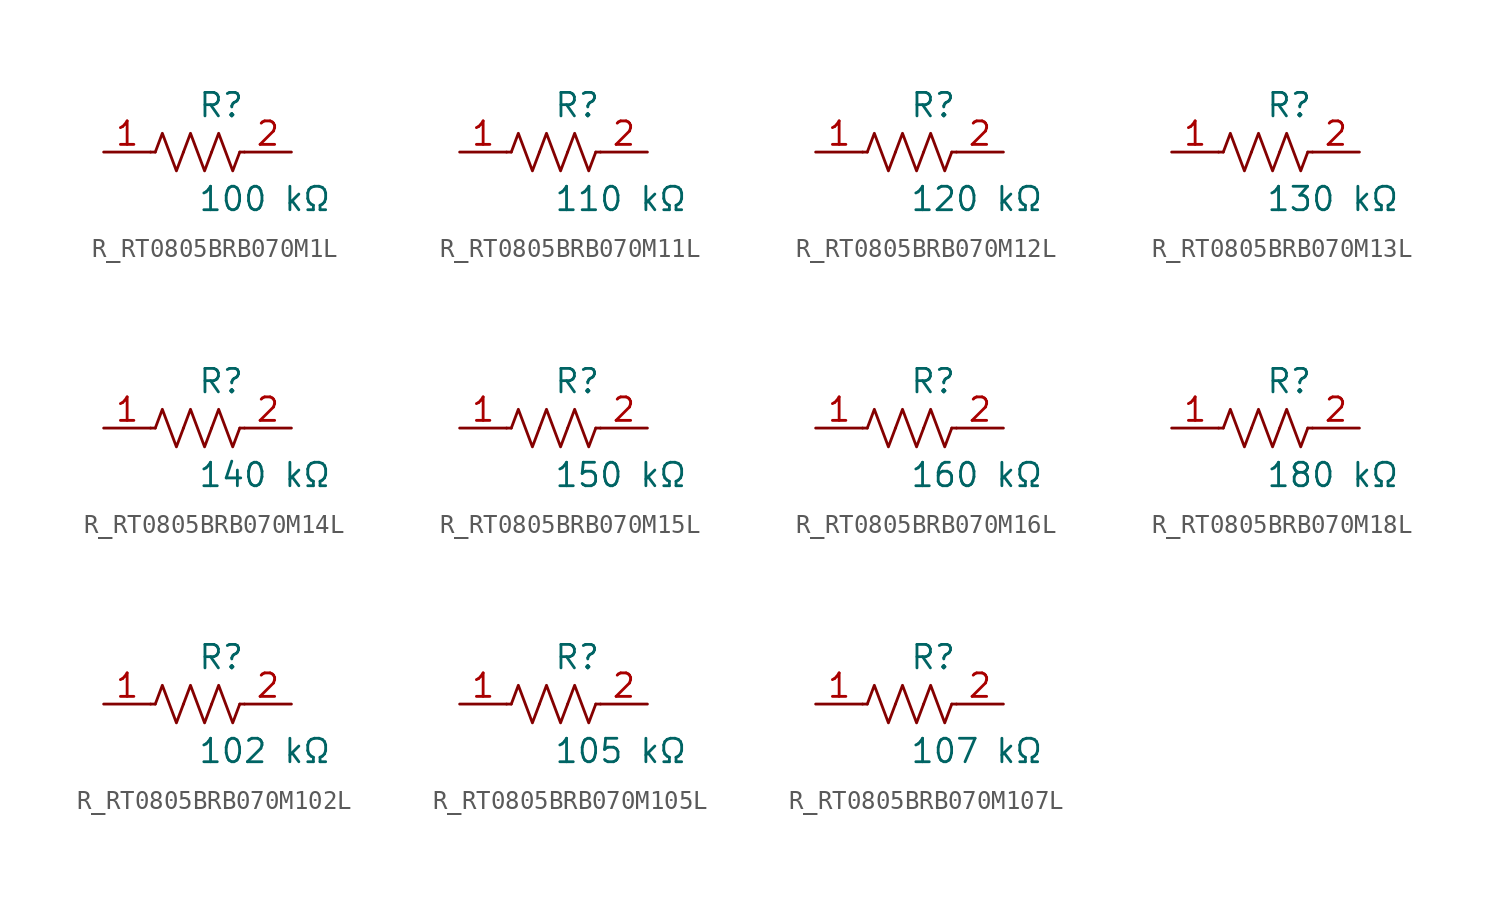
<source format=kicad_sym>
(kicad_symbol_lib
  (version 20231120)
  (generator kicad_symbol_editor)
  (generator_version 8.0)
  (symbol "R_RT0805BRB070M1L"
    (pin_names
      (offset 0.254))
    (property "Reference" "R"
      (at 0.0 2.54 0)
      (effects (font (size 1.27 1.27)) (justify left)))
    (property "Value" "100 kΩ"
      (at 0.0 -2.54 0)
      (effects (font (size 1.27 1.27)) (justify left)))
    (symbol "R_RT0805BRB070M1L_0_1"
      (polyline (pts (xy 2.286 0) (xy 2.54 0)) (stroke (width 0) (type default)) (fill (type none)))
      (polyline (pts (xy -2.286 0) (xy -2.54 0)) (stroke (width 0) (type default)) (fill (type none)))
      (polyline (pts (xy 0.762 0) (xy 1.143 1.016) (xy 1.524 0) (xy 1.905 -1.016) (xy 2.286 0)) (stroke (width 0) (type default)) (fill (type none)))
      (polyline (pts (xy -0.762 0) (xy -0.381 1.016) (xy 0 0) (xy 0.381 -1.016) (xy 0.762 0)) (stroke (width 0) (type default)) (fill (type none)))
      (polyline (pts (xy -2.286 0) (xy -1.905 1.016) (xy -1.524 0) (xy -1.143 -1.016) (xy -0.762 0)) (stroke (width 0) (type default)) (fill (type none))))
    (pin unspecified line
      (at -5.08 0 0)
      (length 2.54)
      (name "" (effects (font (size 1.27 1.27))))
      (number "1" (effects (font (size 1.27 1.27)))))
    (pin unspecified line
      (at 5.08 0 180)
      (length 2.54)
      (name "" (effects (font (size 1.27 1.27))))
      (number "2" (effects (font (size 1.27 1.27))))))
  (symbol "R_RT0805BRB070M11L"
    (pin_names
      (offset 0.254))
    (property "Reference" "R"
      (at 0.0 2.54 0)
      (effects (font (size 1.27 1.27)) (justify left)))
    (property "Value" "110 kΩ"
      (at 0.0 -2.54 0)
      (effects (font (size 1.27 1.27)) (justify left)))
    (symbol "R_RT0805BRB070M11L_0_1"
      (polyline (pts (xy 2.286 0) (xy 2.54 0)) (stroke (width 0) (type default)) (fill (type none)))
      (polyline (pts (xy -2.286 0) (xy -2.54 0)) (stroke (width 0) (type default)) (fill (type none)))
      (polyline (pts (xy 0.762 0) (xy 1.143 1.016) (xy 1.524 0) (xy 1.905 -1.016) (xy 2.286 0)) (stroke (width 0) (type default)) (fill (type none)))
      (polyline (pts (xy -0.762 0) (xy -0.381 1.016) (xy 0 0) (xy 0.381 -1.016) (xy 0.762 0)) (stroke (width 0) (type default)) (fill (type none)))
      (polyline (pts (xy -2.286 0) (xy -1.905 1.016) (xy -1.524 0) (xy -1.143 -1.016) (xy -0.762 0)) (stroke (width 0) (type default)) (fill (type none))))
    (pin unspecified line
      (at -5.08 0 0)
      (length 2.54)
      (name "" (effects (font (size 1.27 1.27))))
      (number "1" (effects (font (size 1.27 1.27)))))
    (pin unspecified line
      (at 5.08 0 180)
      (length 2.54)
      (name "" (effects (font (size 1.27 1.27))))
      (number "2" (effects (font (size 1.27 1.27))))))
  (symbol "R_RT0805BRB070M12L"
    (pin_names
      (offset 0.254))
    (property "Reference" "R"
      (at 0.0 2.54 0)
      (effects (font (size 1.27 1.27)) (justify left)))
    (property "Value" "120 kΩ"
      (at 0.0 -2.54 0)
      (effects (font (size 1.27 1.27)) (justify left)))
    (symbol "R_RT0805BRB070M12L_0_1"
      (polyline (pts (xy 2.286 0) (xy 2.54 0)) (stroke (width 0) (type default)) (fill (type none)))
      (polyline (pts (xy -2.286 0) (xy -2.54 0)) (stroke (width 0) (type default)) (fill (type none)))
      (polyline (pts (xy 0.762 0) (xy 1.143 1.016) (xy 1.524 0) (xy 1.905 -1.016) (xy 2.286 0)) (stroke (width 0) (type default)) (fill (type none)))
      (polyline (pts (xy -0.762 0) (xy -0.381 1.016) (xy 0 0) (xy 0.381 -1.016) (xy 0.762 0)) (stroke (width 0) (type default)) (fill (type none)))
      (polyline (pts (xy -2.286 0) (xy -1.905 1.016) (xy -1.524 0) (xy -1.143 -1.016) (xy -0.762 0)) (stroke (width 0) (type default)) (fill (type none))))
    (pin unspecified line
      (at -5.08 0 0)
      (length 2.54)
      (name "" (effects (font (size 1.27 1.27))))
      (number "1" (effects (font (size 1.27 1.27)))))
    (pin unspecified line
      (at 5.08 0 180)
      (length 2.54)
      (name "" (effects (font (size 1.27 1.27))))
      (number "2" (effects (font (size 1.27 1.27))))))
  (symbol "R_RT0805BRB070M13L"
    (pin_names
      (offset 0.254))
    (property "Reference" "R"
      (at 0.0 2.54 0)
      (effects (font (size 1.27 1.27)) (justify left)))
    (property "Value" "130 kΩ"
      (at 0.0 -2.54 0)
      (effects (font (size 1.27 1.27)) (justify left)))
    (symbol "R_RT0805BRB070M13L_0_1"
      (polyline (pts (xy 2.286 0) (xy 2.54 0)) (stroke (width 0) (type default)) (fill (type none)))
      (polyline (pts (xy -2.286 0) (xy -2.54 0)) (stroke (width 0) (type default)) (fill (type none)))
      (polyline (pts (xy 0.762 0) (xy 1.143 1.016) (xy 1.524 0) (xy 1.905 -1.016) (xy 2.286 0)) (stroke (width 0) (type default)) (fill (type none)))
      (polyline (pts (xy -0.762 0) (xy -0.381 1.016) (xy 0 0) (xy 0.381 -1.016) (xy 0.762 0)) (stroke (width 0) (type default)) (fill (type none)))
      (polyline (pts (xy -2.286 0) (xy -1.905 1.016) (xy -1.524 0) (xy -1.143 -1.016) (xy -0.762 0)) (stroke (width 0) (type default)) (fill (type none))))
    (pin unspecified line
      (at -5.08 0 0)
      (length 2.54)
      (name "" (effects (font (size 1.27 1.27))))
      (number "1" (effects (font (size 1.27 1.27)))))
    (pin unspecified line
      (at 5.08 0 180)
      (length 2.54)
      (name "" (effects (font (size 1.27 1.27))))
      (number "2" (effects (font (size 1.27 1.27))))))
  (symbol "R_RT0805BRB070M14L"
    (pin_names
      (offset 0.254))
    (property "Reference" "R"
      (at 0.0 2.54 0)
      (effects (font (size 1.27 1.27)) (justify left)))
    (property "Value" "140 kΩ"
      (at 0.0 -2.54 0)
      (effects (font (size 1.27 1.27)) (justify left)))
    (symbol "R_RT0805BRB070M14L_0_1"
      (polyline (pts (xy 2.286 0) (xy 2.54 0)) (stroke (width 0) (type default)) (fill (type none)))
      (polyline (pts (xy -2.286 0) (xy -2.54 0)) (stroke (width 0) (type default)) (fill (type none)))
      (polyline (pts (xy 0.762 0) (xy 1.143 1.016) (xy 1.524 0) (xy 1.905 -1.016) (xy 2.286 0)) (stroke (width 0) (type default)) (fill (type none)))
      (polyline (pts (xy -0.762 0) (xy -0.381 1.016) (xy 0 0) (xy 0.381 -1.016) (xy 0.762 0)) (stroke (width 0) (type default)) (fill (type none)))
      (polyline (pts (xy -2.286 0) (xy -1.905 1.016) (xy -1.524 0) (xy -1.143 -1.016) (xy -0.762 0)) (stroke (width 0) (type default)) (fill (type none))))
    (pin unspecified line
      (at -5.08 0 0)
      (length 2.54)
      (name "" (effects (font (size 1.27 1.27))))
      (number "1" (effects (font (size 1.27 1.27)))))
    (pin unspecified line
      (at 5.08 0 180)
      (length 2.54)
      (name "" (effects (font (size 1.27 1.27))))
      (number "2" (effects (font (size 1.27 1.27))))))
  (symbol "R_RT0805BRB070M15L"
    (pin_names
      (offset 0.254))
    (property "Reference" "R"
      (at 0.0 2.54 0)
      (effects (font (size 1.27 1.27)) (justify left)))
    (property "Value" "150 kΩ"
      (at 0.0 -2.54 0)
      (effects (font (size 1.27 1.27)) (justify left)))
    (symbol "R_RT0805BRB070M15L_0_1"
      (polyline (pts (xy 2.286 0) (xy 2.54 0)) (stroke (width 0) (type default)) (fill (type none)))
      (polyline (pts (xy -2.286 0) (xy -2.54 0)) (stroke (width 0) (type default)) (fill (type none)))
      (polyline (pts (xy 0.762 0) (xy 1.143 1.016) (xy 1.524 0) (xy 1.905 -1.016) (xy 2.286 0)) (stroke (width 0) (type default)) (fill (type none)))
      (polyline (pts (xy -0.762 0) (xy -0.381 1.016) (xy 0 0) (xy 0.381 -1.016) (xy 0.762 0)) (stroke (width 0) (type default)) (fill (type none)))
      (polyline (pts (xy -2.286 0) (xy -1.905 1.016) (xy -1.524 0) (xy -1.143 -1.016) (xy -0.762 0)) (stroke (width 0) (type default)) (fill (type none))))
    (pin unspecified line
      (at -5.08 0 0)
      (length 2.54)
      (name "" (effects (font (size 1.27 1.27))))
      (number "1" (effects (font (size 1.27 1.27)))))
    (pin unspecified line
      (at 5.08 0 180)
      (length 2.54)
      (name "" (effects (font (size 1.27 1.27))))
      (number "2" (effects (font (size 1.27 1.27))))))
  (symbol "R_RT0805BRB070M16L"
    (pin_names
      (offset 0.254))
    (property "Reference" "R"
      (at 0.0 2.54 0)
      (effects (font (size 1.27 1.27)) (justify left)))
    (property "Value" "160 kΩ"
      (at 0.0 -2.54 0)
      (effects (font (size 1.27 1.27)) (justify left)))
    (symbol "R_RT0805BRB070M16L_0_1"
      (polyline (pts (xy 2.286 0) (xy 2.54 0)) (stroke (width 0) (type default)) (fill (type none)))
      (polyline (pts (xy -2.286 0) (xy -2.54 0)) (stroke (width 0) (type default)) (fill (type none)))
      (polyline (pts (xy 0.762 0) (xy 1.143 1.016) (xy 1.524 0) (xy 1.905 -1.016) (xy 2.286 0)) (stroke (width 0) (type default)) (fill (type none)))
      (polyline (pts (xy -0.762 0) (xy -0.381 1.016) (xy 0 0) (xy 0.381 -1.016) (xy 0.762 0)) (stroke (width 0) (type default)) (fill (type none)))
      (polyline (pts (xy -2.286 0) (xy -1.905 1.016) (xy -1.524 0) (xy -1.143 -1.016) (xy -0.762 0)) (stroke (width 0) (type default)) (fill (type none))))
    (pin unspecified line
      (at -5.08 0 0)
      (length 2.54)
      (name "" (effects (font (size 1.27 1.27))))
      (number "1" (effects (font (size 1.27 1.27)))))
    (pin unspecified line
      (at 5.08 0 180)
      (length 2.54)
      (name "" (effects (font (size 1.27 1.27))))
      (number "2" (effects (font (size 1.27 1.27))))))
  (symbol "R_RT0805BRB070M18L"
    (pin_names
      (offset 0.254))
    (property "Reference" "R"
      (at 0.0 2.54 0)
      (effects (font (size 1.27 1.27)) (justify left)))
    (property "Value" "180 kΩ"
      (at 0.0 -2.54 0)
      (effects (font (size 1.27 1.27)) (justify left)))
    (symbol "R_RT0805BRB070M18L_0_1"
      (polyline (pts (xy 2.286 0) (xy 2.54 0)) (stroke (width 0) (type default)) (fill (type none)))
      (polyline (pts (xy -2.286 0) (xy -2.54 0)) (stroke (width 0) (type default)) (fill (type none)))
      (polyline (pts (xy 0.762 0) (xy 1.143 1.016) (xy 1.524 0) (xy 1.905 -1.016) (xy 2.286 0)) (stroke (width 0) (type default)) (fill (type none)))
      (polyline (pts (xy -0.762 0) (xy -0.381 1.016) (xy 0 0) (xy 0.381 -1.016) (xy 0.762 0)) (stroke (width 0) (type default)) (fill (type none)))
      (polyline (pts (xy -2.286 0) (xy -1.905 1.016) (xy -1.524 0) (xy -1.143 -1.016) (xy -0.762 0)) (stroke (width 0) (type default)) (fill (type none))))
    (pin unspecified line
      (at -5.08 0 0)
      (length 2.54)
      (name "" (effects (font (size 1.27 1.27))))
      (number "1" (effects (font (size 1.27 1.27)))))
    (pin unspecified line
      (at 5.08 0 180)
      (length 2.54)
      (name "" (effects (font (size 1.27 1.27))))
      (number "2" (effects (font (size 1.27 1.27))))))
  (symbol "R_RT0805BRB070M102L"
    (pin_names
      (offset 0.254))
    (property "Reference" "R"
      (at 0.0 2.54 0)
      (effects (font (size 1.27 1.27)) (justify left)))
    (property "Value" "102 kΩ"
      (at 0.0 -2.54 0)
      (effects (font (size 1.27 1.27)) (justify left)))
    (symbol "R_RT0805BRB070M102L_0_1"
      (polyline (pts (xy 2.286 0) (xy 2.54 0)) (stroke (width 0) (type default)) (fill (type none)))
      (polyline (pts (xy -2.286 0) (xy -2.54 0)) (stroke (width 0) (type default)) (fill (type none)))
      (polyline (pts (xy 0.762 0) (xy 1.143 1.016) (xy 1.524 0) (xy 1.905 -1.016) (xy 2.286 0)) (stroke (width 0) (type default)) (fill (type none)))
      (polyline (pts (xy -0.762 0) (xy -0.381 1.016) (xy 0 0) (xy 0.381 -1.016) (xy 0.762 0)) (stroke (width 0) (type default)) (fill (type none)))
      (polyline (pts (xy -2.286 0) (xy -1.905 1.016) (xy -1.524 0) (xy -1.143 -1.016) (xy -0.762 0)) (stroke (width 0) (type default)) (fill (type none))))
    (pin unspecified line
      (at -5.08 0 0)
      (length 2.54)
      (name "" (effects (font (size 1.27 1.27))))
      (number "1" (effects (font (size 1.27 1.27)))))
    (pin unspecified line
      (at 5.08 0 180)
      (length 2.54)
      (name "" (effects (font (size 1.27 1.27))))
      (number "2" (effects (font (size 1.27 1.27))))))
  (symbol "R_RT0805BRB070M105L"
    (pin_names
      (offset 0.254))
    (property "Reference" "R"
      (at 0.0 2.54 0)
      (effects (font (size 1.27 1.27)) (justify left)))
    (property "Value" "105 kΩ"
      (at 0.0 -2.54 0)
      (effects (font (size 1.27 1.27)) (justify left)))
    (symbol "R_RT0805BRB070M105L_0_1"
      (polyline (pts (xy 2.286 0) (xy 2.54 0)) (stroke (width 0) (type default)) (fill (type none)))
      (polyline (pts (xy -2.286 0) (xy -2.54 0)) (stroke (width 0) (type default)) (fill (type none)))
      (polyline (pts (xy 0.762 0) (xy 1.143 1.016) (xy 1.524 0) (xy 1.905 -1.016) (xy 2.286 0)) (stroke (width 0) (type default)) (fill (type none)))
      (polyline (pts (xy -0.762 0) (xy -0.381 1.016) (xy 0 0) (xy 0.381 -1.016) (xy 0.762 0)) (stroke (width 0) (type default)) (fill (type none)))
      (polyline (pts (xy -2.286 0) (xy -1.905 1.016) (xy -1.524 0) (xy -1.143 -1.016) (xy -0.762 0)) (stroke (width 0) (type default)) (fill (type none))))
    (pin unspecified line
      (at -5.08 0 0)
      (length 2.54)
      (name "" (effects (font (size 1.27 1.27))))
      (number "1" (effects (font (size 1.27 1.27)))))
    (pin unspecified line
      (at 5.08 0 180)
      (length 2.54)
      (name "" (effects (font (size 1.27 1.27))))
      (number "2" (effects (font (size 1.27 1.27))))))
  (symbol "R_RT0805BRB070M107L"
    (pin_names
      (offset 0.254))
    (property "Reference" "R"
      (at 0.0 2.54 0)
      (effects (font (size 1.27 1.27)) (justify left)))
    (property "Value" "107 kΩ"
      (at 0.0 -2.54 0)
      (effects (font (size 1.27 1.27)) (justify left)))
    (symbol "R_RT0805BRB070M107L_0_1"
      (polyline (pts (xy 2.286 0) (xy 2.54 0)) (stroke (width 0) (type default)) (fill (type none)))
      (polyline (pts (xy -2.286 0) (xy -2.54 0)) (stroke (width 0) (type default)) (fill (type none)))
      (polyline (pts (xy 0.762 0) (xy 1.143 1.016) (xy 1.524 0) (xy 1.905 -1.016) (xy 2.286 0)) (stroke (width 0) (type default)) (fill (type none)))
      (polyline (pts (xy -0.762 0) (xy -0.381 1.016) (xy 0 0) (xy 0.381 -1.016) (xy 0.762 0)) (stroke (width 0) (type default)) (fill (type none)))
      (polyline (pts (xy -2.286 0) (xy -1.905 1.016) (xy -1.524 0) (xy -1.143 -1.016) (xy -0.762 0)) (stroke (width 0) (type default)) (fill (type none))))
    (pin unspecified line
      (at -5.08 0 0)
      (length 2.54)
      (name "" (effects (font (size 1.27 1.27))))
      (number "1" (effects (font (size 1.27 1.27)))))
    (pin unspecified line
      (at 5.08 0 180)
      (length 2.54)
      (name "" (effects (font (size 1.27 1.27))))
      (number "2" (effects (font (size 1.27 1.27)))))))
</source>
